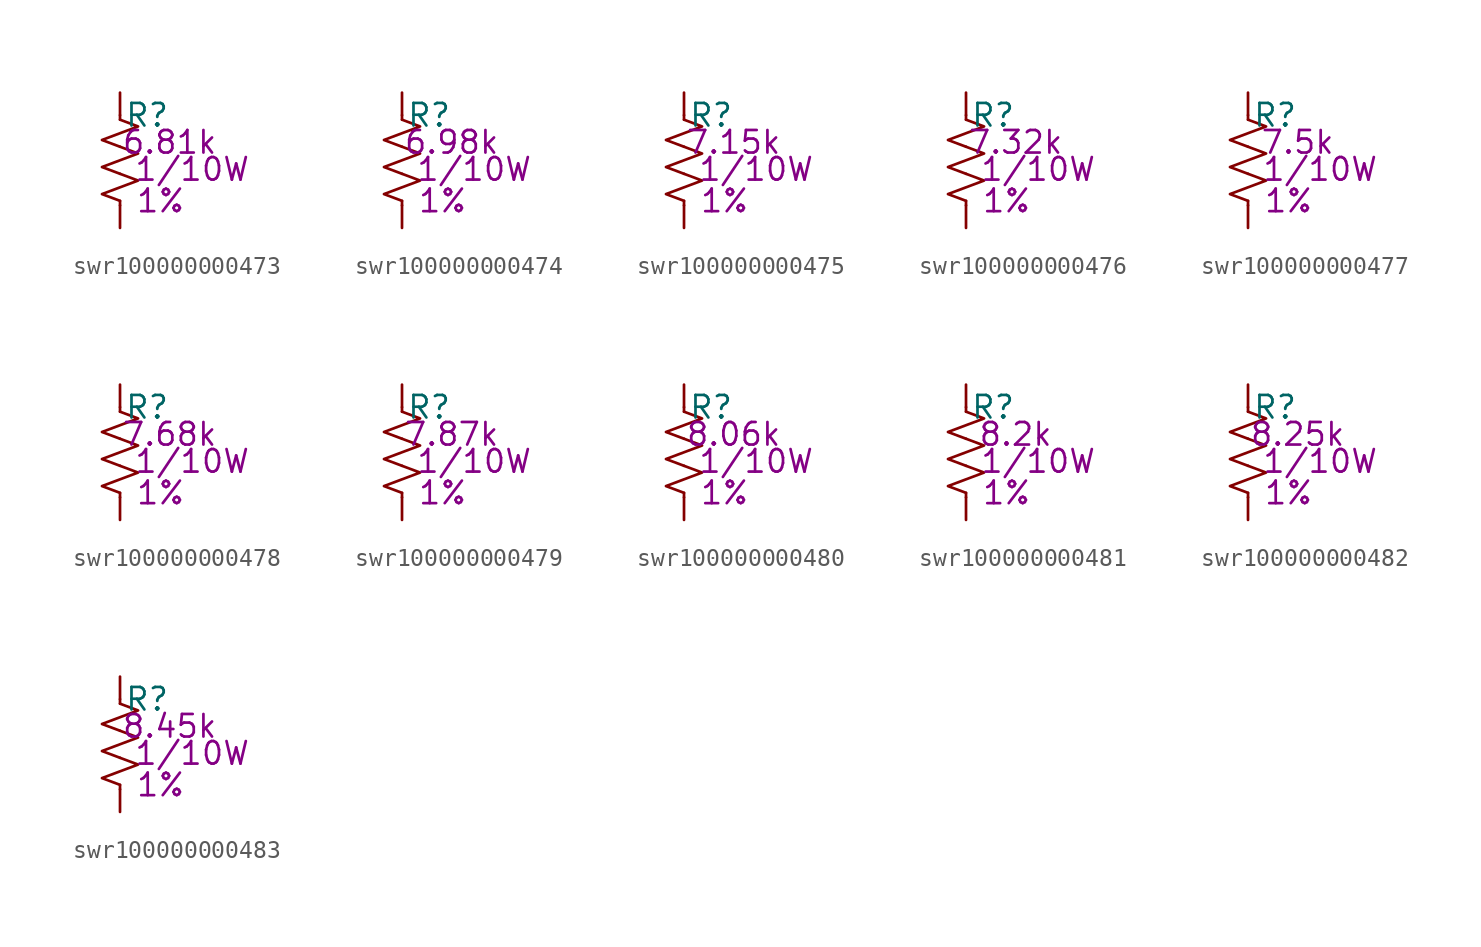
<source format=kicad_sym>
(kicad_symbol_lib
  (version 20211014)
  (generator kicad_symbol_editor)
  (symbol "swr100000000473"
    (pin_numbers hide)
    (pin_names
      (offset 1.016))
    (property "Reference" "R"
      (at 1.524 2.54 0)
      (effects (font (size 1.27 1.27))))
    (property "Tolerance" "1%"
      (at 2.286 -2.286 0)
      (effects (font (size 1.27 1.27))))
    (property "Wattage" "1/10W"
      (at 4.064 -0.508 0)
      (effects (font (size 1.27 1.27))))
    (property "PartValue" "6.81k"
      (at 2.794 1.016 0)
      (effects (font (size 1.27 1.27))))
    (symbol "swr100000000473_1_1"
      (polyline (pts (xy 0 -2.286) (xy 0 -2.54)) (stroke (width 0) (type default) (color 0 0 0 0)) (fill (type none)))
      (polyline (pts (xy 0 2.286) (xy 0 2.54)) (stroke (width 0) (type default) (color 0 0 0 0)) (fill (type none)))
      (polyline (pts (xy 0 -0.762) (xy 1.016 -1.143) (xy 0 -1.524) (xy -1.016 -1.905) (xy 0 -2.286)) (stroke (width 0) (type default) (color 0 0 0 0)) (fill (type none)))
      (polyline (pts (xy 0 0.762) (xy 1.016 0.381) (xy 0 0) (xy -1.016 -0.381) (xy 0 -0.762)) (stroke (width 0) (type default) (color 0 0 0 0)) (fill (type none)))
      (polyline (pts (xy 0 2.286) (xy 1.016 1.905) (xy 0 1.524) (xy -1.016 1.143) (xy 0 0.762)) (stroke (width 0) (type default) (color 0 0 0 0)) (fill (type none)))
      (pin passive line (at 0 3.81 270) (length 1.27) (name "~" (effects (font (size 1.27 1.27)))) (number "1" (effects (font (size 1.27 1.27)))))
      (pin passive line (at 0 -3.81 90) (length 1.27) (name "~" (effects (font (size 1.27 1.27)))) (number "2" (effects (font (size 1.27 1.27)))))))
  (symbol "swr100000000474"
    (pin_numbers hide)
    (pin_names
      (offset 1.016))
    (property "Reference" "R"
      (at 1.524 2.54 0)
      (effects (font (size 1.27 1.27))))
    (property "Tolerance" "1%"
      (at 2.286 -2.286 0)
      (effects (font (size 1.27 1.27))))
    (property "Wattage" "1/10W"
      (at 4.064 -0.508 0)
      (effects (font (size 1.27 1.27))))
    (property "PartValue" "6.98k"
      (at 2.794 1.016 0)
      (effects (font (size 1.27 1.27))))
    (symbol "swr100000000474_1_1"
      (polyline (pts (xy 0 -2.286) (xy 0 -2.54)) (stroke (width 0) (type default) (color 0 0 0 0)) (fill (type none)))
      (polyline (pts (xy 0 2.286) (xy 0 2.54)) (stroke (width 0) (type default) (color 0 0 0 0)) (fill (type none)))
      (polyline (pts (xy 0 -0.762) (xy 1.016 -1.143) (xy 0 -1.524) (xy -1.016 -1.905) (xy 0 -2.286)) (stroke (width 0) (type default) (color 0 0 0 0)) (fill (type none)))
      (polyline (pts (xy 0 0.762) (xy 1.016 0.381) (xy 0 0) (xy -1.016 -0.381) (xy 0 -0.762)) (stroke (width 0) (type default) (color 0 0 0 0)) (fill (type none)))
      (polyline (pts (xy 0 2.286) (xy 1.016 1.905) (xy 0 1.524) (xy -1.016 1.143) (xy 0 0.762)) (stroke (width 0) (type default) (color 0 0 0 0)) (fill (type none)))
      (pin passive line (at 0 3.81 270) (length 1.27) (name "~" (effects (font (size 1.27 1.27)))) (number "1" (effects (font (size 1.27 1.27)))))
      (pin passive line (at 0 -3.81 90) (length 1.27) (name "~" (effects (font (size 1.27 1.27)))) (number "2" (effects (font (size 1.27 1.27)))))))
  (symbol "swr100000000475"
    (pin_numbers hide)
    (pin_names
      (offset 1.016))
    (property "Reference" "R"
      (at 1.524 2.54 0)
      (effects (font (size 1.27 1.27))))
    (property "Tolerance" "1%"
      (at 2.286 -2.286 0)
      (effects (font (size 1.27 1.27))))
    (property "Wattage" "1/10W"
      (at 4.064 -0.508 0)
      (effects (font (size 1.27 1.27))))
    (property "PartValue" "7.15k"
      (at 2.794 1.016 0)
      (effects (font (size 1.27 1.27))))
    (symbol "swr100000000475_1_1"
      (polyline (pts (xy 0 -2.286) (xy 0 -2.54)) (stroke (width 0) (type default) (color 0 0 0 0)) (fill (type none)))
      (polyline (pts (xy 0 2.286) (xy 0 2.54)) (stroke (width 0) (type default) (color 0 0 0 0)) (fill (type none)))
      (polyline (pts (xy 0 -0.762) (xy 1.016 -1.143) (xy 0 -1.524) (xy -1.016 -1.905) (xy 0 -2.286)) (stroke (width 0) (type default) (color 0 0 0 0)) (fill (type none)))
      (polyline (pts (xy 0 0.762) (xy 1.016 0.381) (xy 0 0) (xy -1.016 -0.381) (xy 0 -0.762)) (stroke (width 0) (type default) (color 0 0 0 0)) (fill (type none)))
      (polyline (pts (xy 0 2.286) (xy 1.016 1.905) (xy 0 1.524) (xy -1.016 1.143) (xy 0 0.762)) (stroke (width 0) (type default) (color 0 0 0 0)) (fill (type none)))
      (pin passive line (at 0 3.81 270) (length 1.27) (name "~" (effects (font (size 1.27 1.27)))) (number "1" (effects (font (size 1.27 1.27)))))
      (pin passive line (at 0 -3.81 90) (length 1.27) (name "~" (effects (font (size 1.27 1.27)))) (number "2" (effects (font (size 1.27 1.27)))))))
  (symbol "swr100000000476"
    (pin_numbers hide)
    (pin_names
      (offset 1.016))
    (property "Reference" "R"
      (at 1.524 2.54 0)
      (effects (font (size 1.27 1.27))))
    (property "Tolerance" "1%"
      (at 2.286 -2.286 0)
      (effects (font (size 1.27 1.27))))
    (property "Wattage" "1/10W"
      (at 4.064 -0.508 0)
      (effects (font (size 1.27 1.27))))
    (property "PartValue" "7.32k"
      (at 2.794 1.016 0)
      (effects (font (size 1.27 1.27))))
    (symbol "swr100000000476_1_1"
      (polyline (pts (xy 0 -2.286) (xy 0 -2.54)) (stroke (width 0) (type default) (color 0 0 0 0)) (fill (type none)))
      (polyline (pts (xy 0 2.286) (xy 0 2.54)) (stroke (width 0) (type default) (color 0 0 0 0)) (fill (type none)))
      (polyline (pts (xy 0 -0.762) (xy 1.016 -1.143) (xy 0 -1.524) (xy -1.016 -1.905) (xy 0 -2.286)) (stroke (width 0) (type default) (color 0 0 0 0)) (fill (type none)))
      (polyline (pts (xy 0 0.762) (xy 1.016 0.381) (xy 0 0) (xy -1.016 -0.381) (xy 0 -0.762)) (stroke (width 0) (type default) (color 0 0 0 0)) (fill (type none)))
      (polyline (pts (xy 0 2.286) (xy 1.016 1.905) (xy 0 1.524) (xy -1.016 1.143) (xy 0 0.762)) (stroke (width 0) (type default) (color 0 0 0 0)) (fill (type none)))
      (pin passive line (at 0 3.81 270) (length 1.27) (name "~" (effects (font (size 1.27 1.27)))) (number "1" (effects (font (size 1.27 1.27)))))
      (pin passive line (at 0 -3.81 90) (length 1.27) (name "~" (effects (font (size 1.27 1.27)))) (number "2" (effects (font (size 1.27 1.27)))))))
  (symbol "swr100000000477"
    (pin_numbers hide)
    (pin_names
      (offset 1.016))
    (property "Reference" "R"
      (at 1.524 2.54 0)
      (effects (font (size 1.27 1.27))))
    (property "Tolerance" "1%"
      (at 2.286 -2.286 0)
      (effects (font (size 1.27 1.27))))
    (property "Wattage" "1/10W"
      (at 4.064 -0.508 0)
      (effects (font (size 1.27 1.27))))
    (property "PartValue" "7.5k"
      (at 2.794 1.016 0)
      (effects (font (size 1.27 1.27))))
    (symbol "swr100000000477_1_1"
      (polyline (pts (xy 0 -2.286) (xy 0 -2.54)) (stroke (width 0) (type default) (color 0 0 0 0)) (fill (type none)))
      (polyline (pts (xy 0 2.286) (xy 0 2.54)) (stroke (width 0) (type default) (color 0 0 0 0)) (fill (type none)))
      (polyline (pts (xy 0 -0.762) (xy 1.016 -1.143) (xy 0 -1.524) (xy -1.016 -1.905) (xy 0 -2.286)) (stroke (width 0) (type default) (color 0 0 0 0)) (fill (type none)))
      (polyline (pts (xy 0 0.762) (xy 1.016 0.381) (xy 0 0) (xy -1.016 -0.381) (xy 0 -0.762)) (stroke (width 0) (type default) (color 0 0 0 0)) (fill (type none)))
      (polyline (pts (xy 0 2.286) (xy 1.016 1.905) (xy 0 1.524) (xy -1.016 1.143) (xy 0 0.762)) (stroke (width 0) (type default) (color 0 0 0 0)) (fill (type none)))
      (pin passive line (at 0 3.81 270) (length 1.27) (name "~" (effects (font (size 1.27 1.27)))) (number "1" (effects (font (size 1.27 1.27)))))
      (pin passive line (at 0 -3.81 90) (length 1.27) (name "~" (effects (font (size 1.27 1.27)))) (number "2" (effects (font (size 1.27 1.27)))))))
  (symbol "swr100000000478"
    (pin_numbers hide)
    (pin_names
      (offset 1.016))
    (property "Reference" "R"
      (at 1.524 2.54 0)
      (effects (font (size 1.27 1.27))))
    (property "Tolerance" "1%"
      (at 2.286 -2.286 0)
      (effects (font (size 1.27 1.27))))
    (property "Wattage" "1/10W"
      (at 4.064 -0.508 0)
      (effects (font (size 1.27 1.27))))
    (property "PartValue" "7.68k"
      (at 2.794 1.016 0)
      (effects (font (size 1.27 1.27))))
    (symbol "swr100000000478_1_1"
      (polyline (pts (xy 0 -2.286) (xy 0 -2.54)) (stroke (width 0) (type default) (color 0 0 0 0)) (fill (type none)))
      (polyline (pts (xy 0 2.286) (xy 0 2.54)) (stroke (width 0) (type default) (color 0 0 0 0)) (fill (type none)))
      (polyline (pts (xy 0 -0.762) (xy 1.016 -1.143) (xy 0 -1.524) (xy -1.016 -1.905) (xy 0 -2.286)) (stroke (width 0) (type default) (color 0 0 0 0)) (fill (type none)))
      (polyline (pts (xy 0 0.762) (xy 1.016 0.381) (xy 0 0) (xy -1.016 -0.381) (xy 0 -0.762)) (stroke (width 0) (type default) (color 0 0 0 0)) (fill (type none)))
      (polyline (pts (xy 0 2.286) (xy 1.016 1.905) (xy 0 1.524) (xy -1.016 1.143) (xy 0 0.762)) (stroke (width 0) (type default) (color 0 0 0 0)) (fill (type none)))
      (pin passive line (at 0 3.81 270) (length 1.27) (name "~" (effects (font (size 1.27 1.27)))) (number "1" (effects (font (size 1.27 1.27)))))
      (pin passive line (at 0 -3.81 90) (length 1.27) (name "~" (effects (font (size 1.27 1.27)))) (number "2" (effects (font (size 1.27 1.27)))))))
  (symbol "swr100000000479"
    (pin_numbers hide)
    (pin_names
      (offset 1.016))
    (property "Reference" "R"
      (at 1.524 2.54 0)
      (effects (font (size 1.27 1.27))))
    (property "Tolerance" "1%"
      (at 2.286 -2.286 0)
      (effects (font (size 1.27 1.27))))
    (property "Wattage" "1/10W"
      (at 4.064 -0.508 0)
      (effects (font (size 1.27 1.27))))
    (property "PartValue" "7.87k"
      (at 2.794 1.016 0)
      (effects (font (size 1.27 1.27))))
    (symbol "swr100000000479_1_1"
      (polyline (pts (xy 0 -2.286) (xy 0 -2.54)) (stroke (width 0) (type default) (color 0 0 0 0)) (fill (type none)))
      (polyline (pts (xy 0 2.286) (xy 0 2.54)) (stroke (width 0) (type default) (color 0 0 0 0)) (fill (type none)))
      (polyline (pts (xy 0 -0.762) (xy 1.016 -1.143) (xy 0 -1.524) (xy -1.016 -1.905) (xy 0 -2.286)) (stroke (width 0) (type default) (color 0 0 0 0)) (fill (type none)))
      (polyline (pts (xy 0 0.762) (xy 1.016 0.381) (xy 0 0) (xy -1.016 -0.381) (xy 0 -0.762)) (stroke (width 0) (type default) (color 0 0 0 0)) (fill (type none)))
      (polyline (pts (xy 0 2.286) (xy 1.016 1.905) (xy 0 1.524) (xy -1.016 1.143) (xy 0 0.762)) (stroke (width 0) (type default) (color 0 0 0 0)) (fill (type none)))
      (pin passive line (at 0 3.81 270) (length 1.27) (name "~" (effects (font (size 1.27 1.27)))) (number "1" (effects (font (size 1.27 1.27)))))
      (pin passive line (at 0 -3.81 90) (length 1.27) (name "~" (effects (font (size 1.27 1.27)))) (number "2" (effects (font (size 1.27 1.27)))))))
  (symbol "swr100000000480"
    (pin_numbers hide)
    (pin_names
      (offset 1.016))
    (property "Reference" "R"
      (at 1.524 2.54 0)
      (effects (font (size 1.27 1.27))))
    (property "Tolerance" "1%"
      (at 2.286 -2.286 0)
      (effects (font (size 1.27 1.27))))
    (property "Wattage" "1/10W"
      (at 4.064 -0.508 0)
      (effects (font (size 1.27 1.27))))
    (property "PartValue" "8.06k"
      (at 2.794 1.016 0)
      (effects (font (size 1.27 1.27))))
    (symbol "swr100000000480_1_1"
      (polyline (pts (xy 0 -2.286) (xy 0 -2.54)) (stroke (width 0) (type default) (color 0 0 0 0)) (fill (type none)))
      (polyline (pts (xy 0 2.286) (xy 0 2.54)) (stroke (width 0) (type default) (color 0 0 0 0)) (fill (type none)))
      (polyline (pts (xy 0 -0.762) (xy 1.016 -1.143) (xy 0 -1.524) (xy -1.016 -1.905) (xy 0 -2.286)) (stroke (width 0) (type default) (color 0 0 0 0)) (fill (type none)))
      (polyline (pts (xy 0 0.762) (xy 1.016 0.381) (xy 0 0) (xy -1.016 -0.381) (xy 0 -0.762)) (stroke (width 0) (type default) (color 0 0 0 0)) (fill (type none)))
      (polyline (pts (xy 0 2.286) (xy 1.016 1.905) (xy 0 1.524) (xy -1.016 1.143) (xy 0 0.762)) (stroke (width 0) (type default) (color 0 0 0 0)) (fill (type none)))
      (pin passive line (at 0 3.81 270) (length 1.27) (name "~" (effects (font (size 1.27 1.27)))) (number "1" (effects (font (size 1.27 1.27)))))
      (pin passive line (at 0 -3.81 90) (length 1.27) (name "~" (effects (font (size 1.27 1.27)))) (number "2" (effects (font (size 1.27 1.27)))))))
  (symbol "swr100000000481"
    (pin_numbers hide)
    (pin_names
      (offset 1.016))
    (property "Reference" "R"
      (at 1.524 2.54 0)
      (effects (font (size 1.27 1.27))))
    (property "Tolerance" "1%"
      (at 2.286 -2.286 0)
      (effects (font (size 1.27 1.27))))
    (property "Wattage" "1/10W"
      (at 4.064 -0.508 0)
      (effects (font (size 1.27 1.27))))
    (property "PartValue" "8.2k"
      (at 2.794 1.016 0)
      (effects (font (size 1.27 1.27))))
    (symbol "swr100000000481_1_1"
      (polyline (pts (xy 0 -2.286) (xy 0 -2.54)) (stroke (width 0) (type default) (color 0 0 0 0)) (fill (type none)))
      (polyline (pts (xy 0 2.286) (xy 0 2.54)) (stroke (width 0) (type default) (color 0 0 0 0)) (fill (type none)))
      (polyline (pts (xy 0 -0.762) (xy 1.016 -1.143) (xy 0 -1.524) (xy -1.016 -1.905) (xy 0 -2.286)) (stroke (width 0) (type default) (color 0 0 0 0)) (fill (type none)))
      (polyline (pts (xy 0 0.762) (xy 1.016 0.381) (xy 0 0) (xy -1.016 -0.381) (xy 0 -0.762)) (stroke (width 0) (type default) (color 0 0 0 0)) (fill (type none)))
      (polyline (pts (xy 0 2.286) (xy 1.016 1.905) (xy 0 1.524) (xy -1.016 1.143) (xy 0 0.762)) (stroke (width 0) (type default) (color 0 0 0 0)) (fill (type none)))
      (pin passive line (at 0 3.81 270) (length 1.27) (name "~" (effects (font (size 1.27 1.27)))) (number "1" (effects (font (size 1.27 1.27)))))
      (pin passive line (at 0 -3.81 90) (length 1.27) (name "~" (effects (font (size 1.27 1.27)))) (number "2" (effects (font (size 1.27 1.27)))))))
  (symbol "swr100000000482"
    (pin_numbers hide)
    (pin_names
      (offset 1.016))
    (property "Reference" "R"
      (at 1.524 2.54 0)
      (effects (font (size 1.27 1.27))))
    (property "Tolerance" "1%"
      (at 2.286 -2.286 0)
      (effects (font (size 1.27 1.27))))
    (property "Wattage" "1/10W"
      (at 4.064 -0.508 0)
      (effects (font (size 1.27 1.27))))
    (property "PartValue" "8.25k"
      (at 2.794 1.016 0)
      (effects (font (size 1.27 1.27))))
    (symbol "swr100000000482_1_1"
      (polyline (pts (xy 0 -2.286) (xy 0 -2.54)) (stroke (width 0) (type default) (color 0 0 0 0)) (fill (type none)))
      (polyline (pts (xy 0 2.286) (xy 0 2.54)) (stroke (width 0) (type default) (color 0 0 0 0)) (fill (type none)))
      (polyline (pts (xy 0 -0.762) (xy 1.016 -1.143) (xy 0 -1.524) (xy -1.016 -1.905) (xy 0 -2.286)) (stroke (width 0) (type default) (color 0 0 0 0)) (fill (type none)))
      (polyline (pts (xy 0 0.762) (xy 1.016 0.381) (xy 0 0) (xy -1.016 -0.381) (xy 0 -0.762)) (stroke (width 0) (type default) (color 0 0 0 0)) (fill (type none)))
      (polyline (pts (xy 0 2.286) (xy 1.016 1.905) (xy 0 1.524) (xy -1.016 1.143) (xy 0 0.762)) (stroke (width 0) (type default) (color 0 0 0 0)) (fill (type none)))
      (pin passive line (at 0 3.81 270) (length 1.27) (name "~" (effects (font (size 1.27 1.27)))) (number "1" (effects (font (size 1.27 1.27)))))
      (pin passive line (at 0 -3.81 90) (length 1.27) (name "~" (effects (font (size 1.27 1.27)))) (number "2" (effects (font (size 1.27 1.27)))))))
  (symbol "swr100000000483"
    (pin_numbers hide)
    (pin_names
      (offset 1.016))
    (property "Reference" "R"
      (at 1.524 2.54 0)
      (effects (font (size 1.27 1.27))))
    (property "Tolerance" "1%"
      (at 2.286 -2.286 0)
      (effects (font (size 1.27 1.27))))
    (property "Wattage" "1/10W"
      (at 4.064 -0.508 0)
      (effects (font (size 1.27 1.27))))
    (property "PartValue" "8.45k"
      (at 2.794 1.016 0)
      (effects (font (size 1.27 1.27))))
    (symbol "swr100000000483_1_1"
      (polyline (pts (xy 0 -2.286) (xy 0 -2.54)) (stroke (width 0) (type default) (color 0 0 0 0)) (fill (type none)))
      (polyline (pts (xy 0 2.286) (xy 0 2.54)) (stroke (width 0) (type default) (color 0 0 0 0)) (fill (type none)))
      (polyline (pts (xy 0 -0.762) (xy 1.016 -1.143) (xy 0 -1.524) (xy -1.016 -1.905) (xy 0 -2.286)) (stroke (width 0) (type default) (color 0 0 0 0)) (fill (type none)))
      (polyline (pts (xy 0 0.762) (xy 1.016 0.381) (xy 0 0) (xy -1.016 -0.381) (xy 0 -0.762)) (stroke (width 0) (type default) (color 0 0 0 0)) (fill (type none)))
      (polyline (pts (xy 0 2.286) (xy 1.016 1.905) (xy 0 1.524) (xy -1.016 1.143) (xy 0 0.762)) (stroke (width 0) (type default) (color 0 0 0 0)) (fill (type none)))
      (pin passive line (at 0 3.81 270) (length 1.27) (name "~" (effects (font (size 1.27 1.27)))) (number "1" (effects (font (size 1.27 1.27)))))
      (pin passive line (at 0 -3.81 90) (length 1.27) (name "~" (effects (font (size 1.27 1.27)))) (number "2" (effects (font (size 1.27 1.27))))))))
</source>
